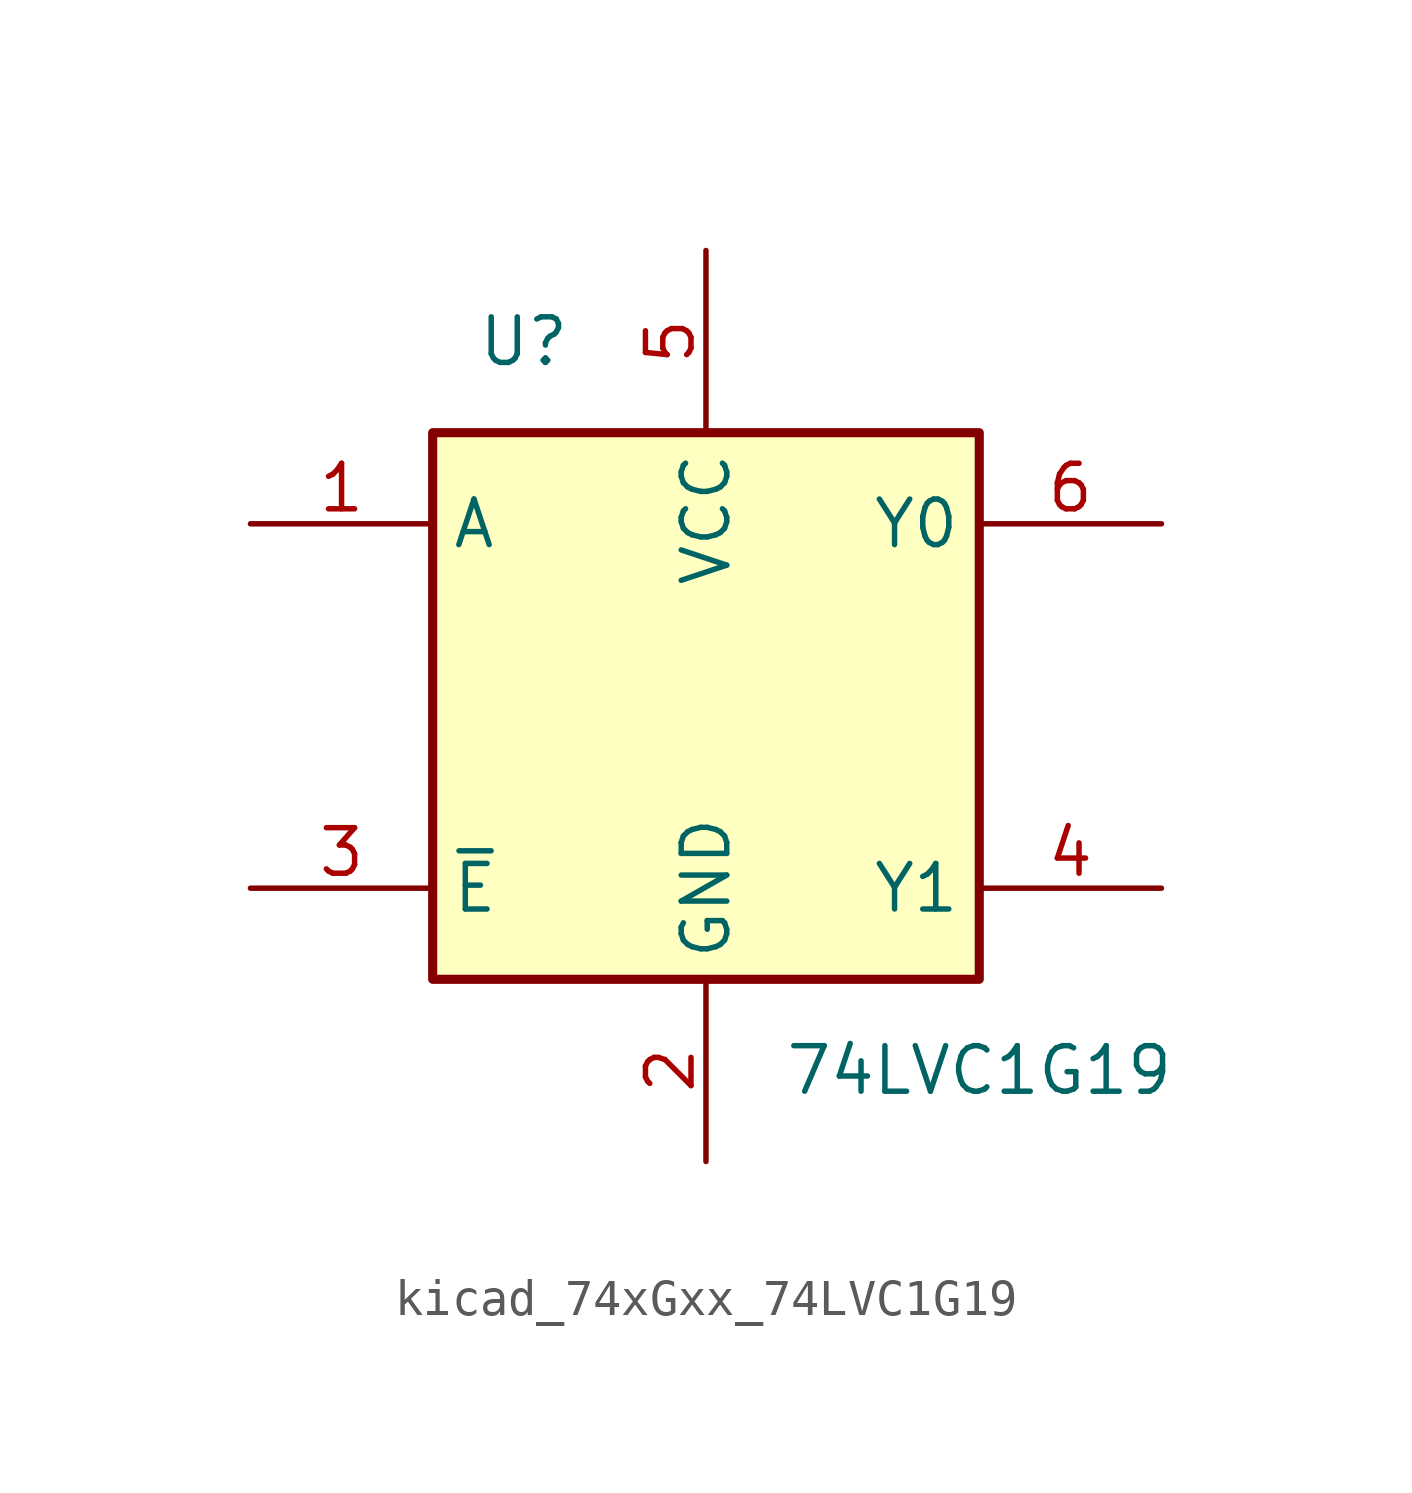
<source format=kicad_sym>
(kicad_symbol_lib
  (version 20220914)
  (generator kicad_symbol_editor)
  (symbol "kicad_74xGxx_74LVC1G19"
    (property "Reference" "U"
      (at -5.08 10.16 0)
      (effects (font (size 1.27 1.27))))
    (property "Value" "74LVC1G19"
      (at 7.62 -10.16 0)
      (effects (font (size 1.27 1.27))))
    (symbol "kicad_74xGxx_74LVC1G19_0_1"
      (rectangle (start -7.62 7.62) (end 7.62 -7.62) (stroke (width 0.254) (type default)) (fill (type background))))
    (symbol "kicad_74xGxx_74LVC1G19_1_1"
      (pin input line (at -12.7 5.08 0) (length 5.08) (name "A" (effects (font (size 1.27 1.27)))) (number "1" (effects (font (size 1.27 1.27)))))
      (pin power_in line (at 0 -12.7 90) (length 5.08) (name "GND" (effects (font (size 1.27 1.27)))) (number "2" (effects (font (size 1.27 1.27)))))
      (pin input line (at -12.7 -5.08 0) (length 5.08) (name "~{E}" (effects (font (size 1.27 1.27)))) (number "3" (effects (font (size 1.27 1.27)))))
      (pin output line (at 12.7 -5.08 180) (length 5.08) (name "Y1" (effects (font (size 1.27 1.27)))) (number "4" (effects (font (size 1.27 1.27)))))
      (pin power_in line (at 0 12.7 270) (length 5.08) (name "VCC" (effects (font (size 1.27 1.27)))) (number "5" (effects (font (size 1.27 1.27)))))
      (pin output line (at 12.7 5.08 180) (length 5.08) (name "Y0" (effects (font (size 1.27 1.27)))) (number "6" (effects (font (size 1.27 1.27))))))))
</source>
